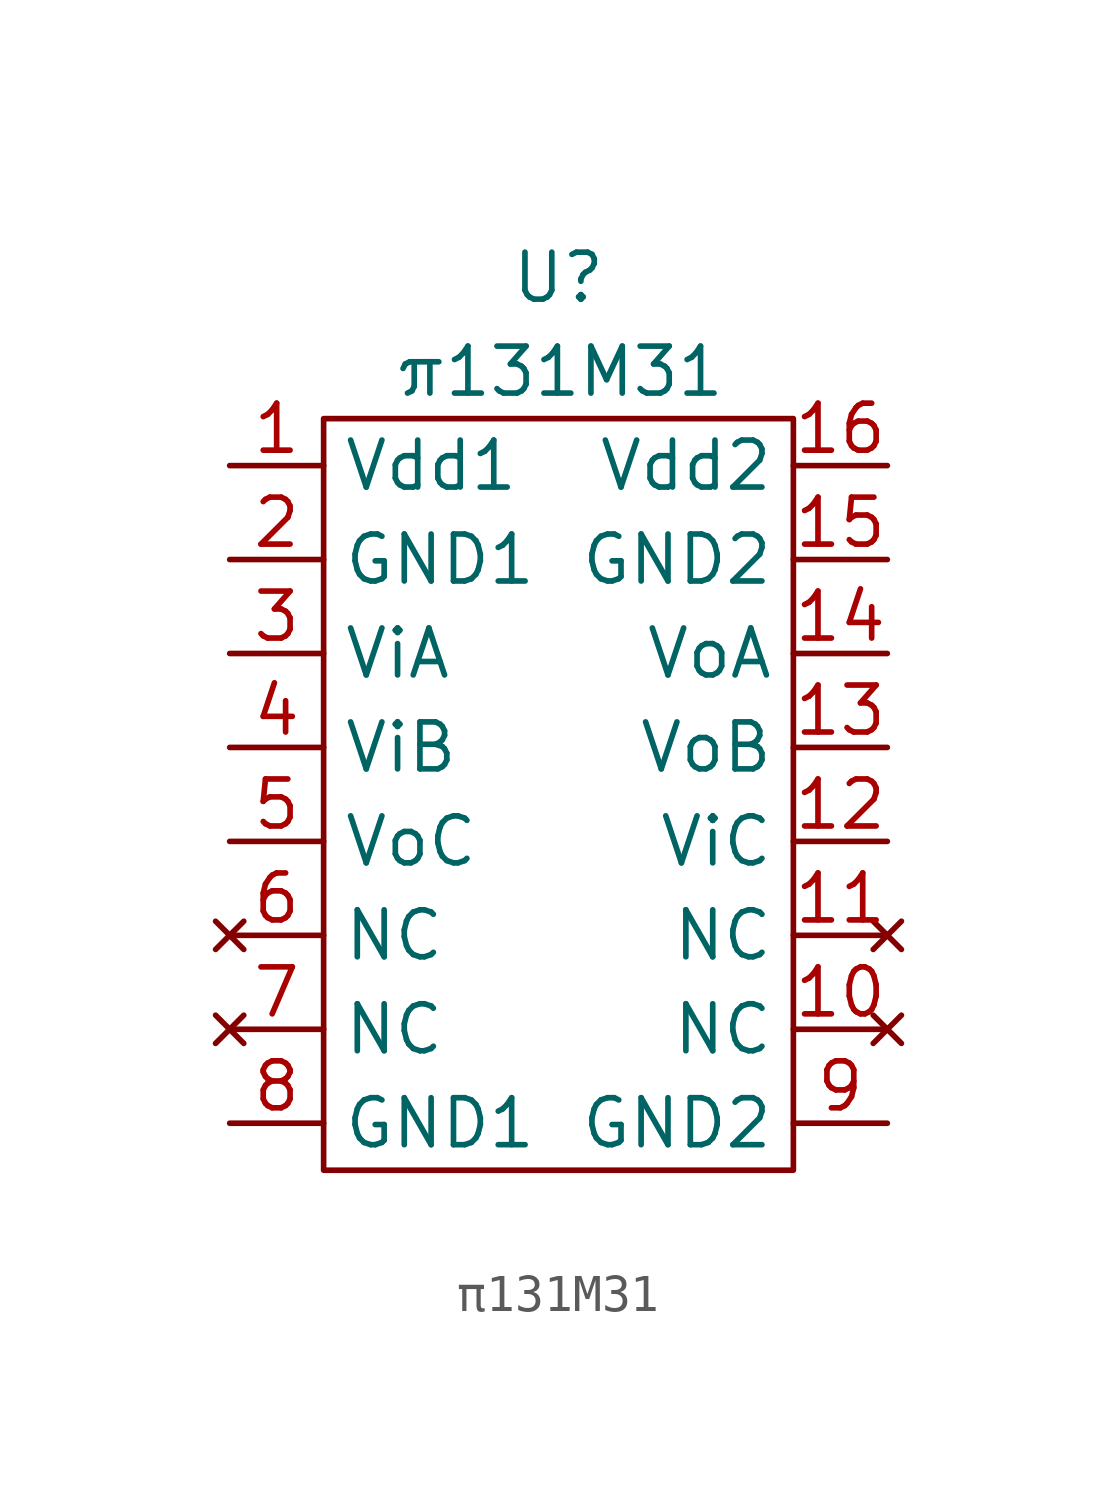
<source format=kicad_sym>
(kicad_symbol_lib
  (version 20211014)
  (generator kicad_symbol_editor)
  (symbol "π131M31"
    (property "Reference" "U"
      (at 0 13.97 0)
      (effects (font (size 1.27 1.27))))
    (property "Value" "π131M31"
      (at 0 11.43 0)
      (effects (font (size 1.27 1.27))))
    (symbol "π131M31_0_1"
      (rectangle (start -6.35 10.16) (end 6.35 -10.16) (stroke (width 0) (type default) (color 0 0 0 0)) (fill (type none))))
    (symbol "π131M31_1_1"
      (pin power_in line (at -8.89 8.89 0) (length 2.54) (name "Vdd1" (effects (font (size 1.27 1.27)))) (number "1" (effects (font (size 1.27 1.27)))))
      (pin no_connect line (at 8.89 -6.35 180) (length 2.54) (name "NC" (effects (font (size 1.27 1.27)))) (number "10" (effects (font (size 1.27 1.27)))))
      (pin no_connect line (at 8.89 -3.81 180) (length 2.54) (name "NC" (effects (font (size 1.27 1.27)))) (number "11" (effects (font (size 1.27 1.27)))))
      (pin input line (at 8.89 -1.27 180) (length 2.54) (name "ViC" (effects (font (size 1.27 1.27)))) (number "12" (effects (font (size 1.27 1.27)))))
      (pin output line (at 8.89 1.27 180) (length 2.54) (name "VoB" (effects (font (size 1.27 1.27)))) (number "13" (effects (font (size 1.27 1.27)))))
      (pin output line (at 8.89 3.81 180) (length 2.54) (name "VoA" (effects (font (size 1.27 1.27)))) (number "14" (effects (font (size 1.27 1.27)))))
      (pin power_in line (at 8.89 6.35 180) (length 2.54) (name "GND2" (effects (font (size 1.27 1.27)))) (number "15" (effects (font (size 1.27 1.27)))))
      (pin power_in line (at 8.89 8.89 180) (length 2.54) (name "Vdd2" (effects (font (size 1.27 1.27)))) (number "16" (effects (font (size 1.27 1.27)))))
      (pin power_in line (at -8.89 6.35 0) (length 2.54) (name "GND1" (effects (font (size 1.27 1.27)))) (number "2" (effects (font (size 1.27 1.27)))))
      (pin input line (at -8.89 3.81 0) (length 2.54) (name "ViA" (effects (font (size 1.27 1.27)))) (number "3" (effects (font (size 1.27 1.27)))))
      (pin input line (at -8.89 1.27 0) (length 2.54) (name "ViB" (effects (font (size 1.27 1.27)))) (number "4" (effects (font (size 1.27 1.27)))))
      (pin output line (at -8.89 -1.27 0) (length 2.54) (name "VoC" (effects (font (size 1.27 1.27)))) (number "5" (effects (font (size 1.27 1.27)))))
      (pin no_connect line (at -8.89 -3.81 0) (length 2.54) (name "NC" (effects (font (size 1.27 1.27)))) (number "6" (effects (font (size 1.27 1.27)))))
      (pin no_connect line (at -8.89 -6.35 0) (length 2.54) (name "NC" (effects (font (size 1.27 1.27)))) (number "7" (effects (font (size 1.27 1.27)))))
      (pin power_in line (at -8.89 -8.89 0) (length 2.54) (name "GND1" (effects (font (size 1.27 1.27)))) (number "8" (effects (font (size 1.27 1.27)))))
      (pin power_in line (at 8.89 -8.89 180) (length 2.54) (name "GND2" (effects (font (size 1.27 1.27)))) (number "9" (effects (font (size 1.27 1.27))))))))
</source>
